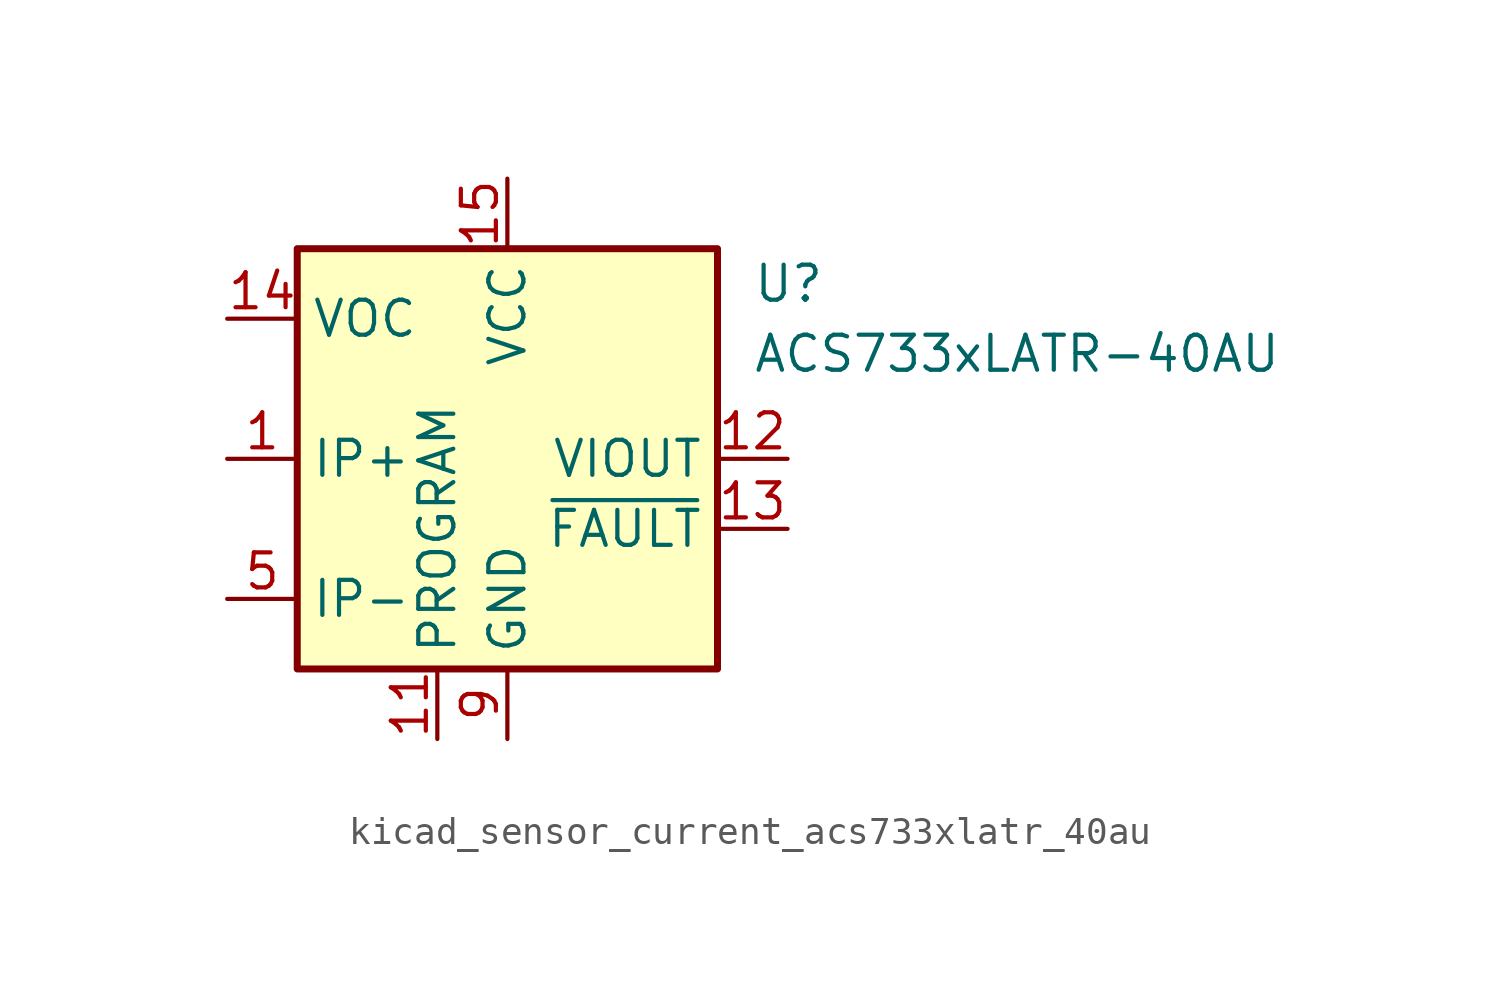
<source format=kicad_sym>
(kicad_symbol_lib
  (version 20220914)
  (generator kicad_symbol_editor)
  (symbol "kicad_sensor_current_acs733xlatr_40au"
    (property "Reference" "U"
      (at 8.89 6.35 0)
      (effects (font (size 1.27 1.27)) (justify left)))
    (property "Value" "ACS733xLATR-40AU"
      (at 8.89 3.81 0)
      (effects (font (size 1.27 1.27)) (justify left)))
    (symbol "kicad_sensor_current_acs733xlatr_40au_0_1"
      (rectangle (start -7.62 7.62) (end 7.62 -7.62) (stroke (width 0.254) (type default)) (fill (type background))))
    (symbol "kicad_sensor_current_acs733xlatr_40au_1_1"
      (pin passive line (at -10.16 0 0) (length 2.54) (name "IP+" (effects (font (size 1.27 1.27)))) (number "1" (effects (font (size 1.27 1.27)))))
      (pin passive line (at 0 -10.16 90) (length 2.54) hide (name "GND" (effects (font (size 1.27 1.27)))) (number "10" (effects (font (size 1.27 1.27)))))
      (pin passive line (at -2.54 -10.16 90) (length 2.54) (name "PROGRAM" (effects (font (size 1.27 1.27)))) (number "11" (effects (font (size 1.27 1.27)))))
      (pin output line (at 10.16 0 180) (length 2.54) (name "VIOUT" (effects (font (size 1.27 1.27)))) (number "12" (effects (font (size 1.27 1.27)))))
      (pin output line (at 10.16 -2.54 180) (length 2.54) (name "~{FAULT}" (effects (font (size 1.27 1.27)))) (number "13" (effects (font (size 1.27 1.27)))))
      (pin input line (at -10.16 5.08 0) (length 2.54) (name "VOC" (effects (font (size 1.27 1.27)))) (number "14" (effects (font (size 1.27 1.27)))))
      (pin power_in line (at 0 10.16 270) (length 2.54) (name "VCC" (effects (font (size 1.27 1.27)))) (number "15" (effects (font (size 1.27 1.27)))))
      (pin passive line (at 0 10.16 270) (length 2.54) hide (name "VCC" (effects (font (size 1.27 1.27)))) (number "16" (effects (font (size 1.27 1.27)))))
      (pin passive line (at -10.16 0 0) (length 2.54) hide (name "IP+" (effects (font (size 1.27 1.27)))) (number "2" (effects (font (size 1.27 1.27)))))
      (pin passive line (at -10.16 0 0) (length 2.54) hide (name "IP+" (effects (font (size 1.27 1.27)))) (number "3" (effects (font (size 1.27 1.27)))))
      (pin passive line (at -10.16 0 0) (length 2.54) hide (name "IP+" (effects (font (size 1.27 1.27)))) (number "4" (effects (font (size 1.27 1.27)))))
      (pin passive line (at -10.16 -5.08 0) (length 2.54) (name "IP-" (effects (font (size 1.27 1.27)))) (number "5" (effects (font (size 1.27 1.27)))))
      (pin passive line (at -10.16 -5.08 0) (length 2.54) hide (name "IP-" (effects (font (size 1.27 1.27)))) (number "6" (effects (font (size 1.27 1.27)))))
      (pin passive line (at -10.16 -5.08 0) (length 2.54) hide (name "IP-" (effects (font (size 1.27 1.27)))) (number "7" (effects (font (size 1.27 1.27)))))
      (pin passive line (at -10.16 -5.08 0) (length 2.54) hide (name "IP-" (effects (font (size 1.27 1.27)))) (number "8" (effects (font (size 1.27 1.27)))))
      (pin power_in line (at 0 -10.16 90) (length 2.54) (name "GND" (effects (font (size 1.27 1.27)))) (number "9" (effects (font (size 1.27 1.27))))))))
</source>
